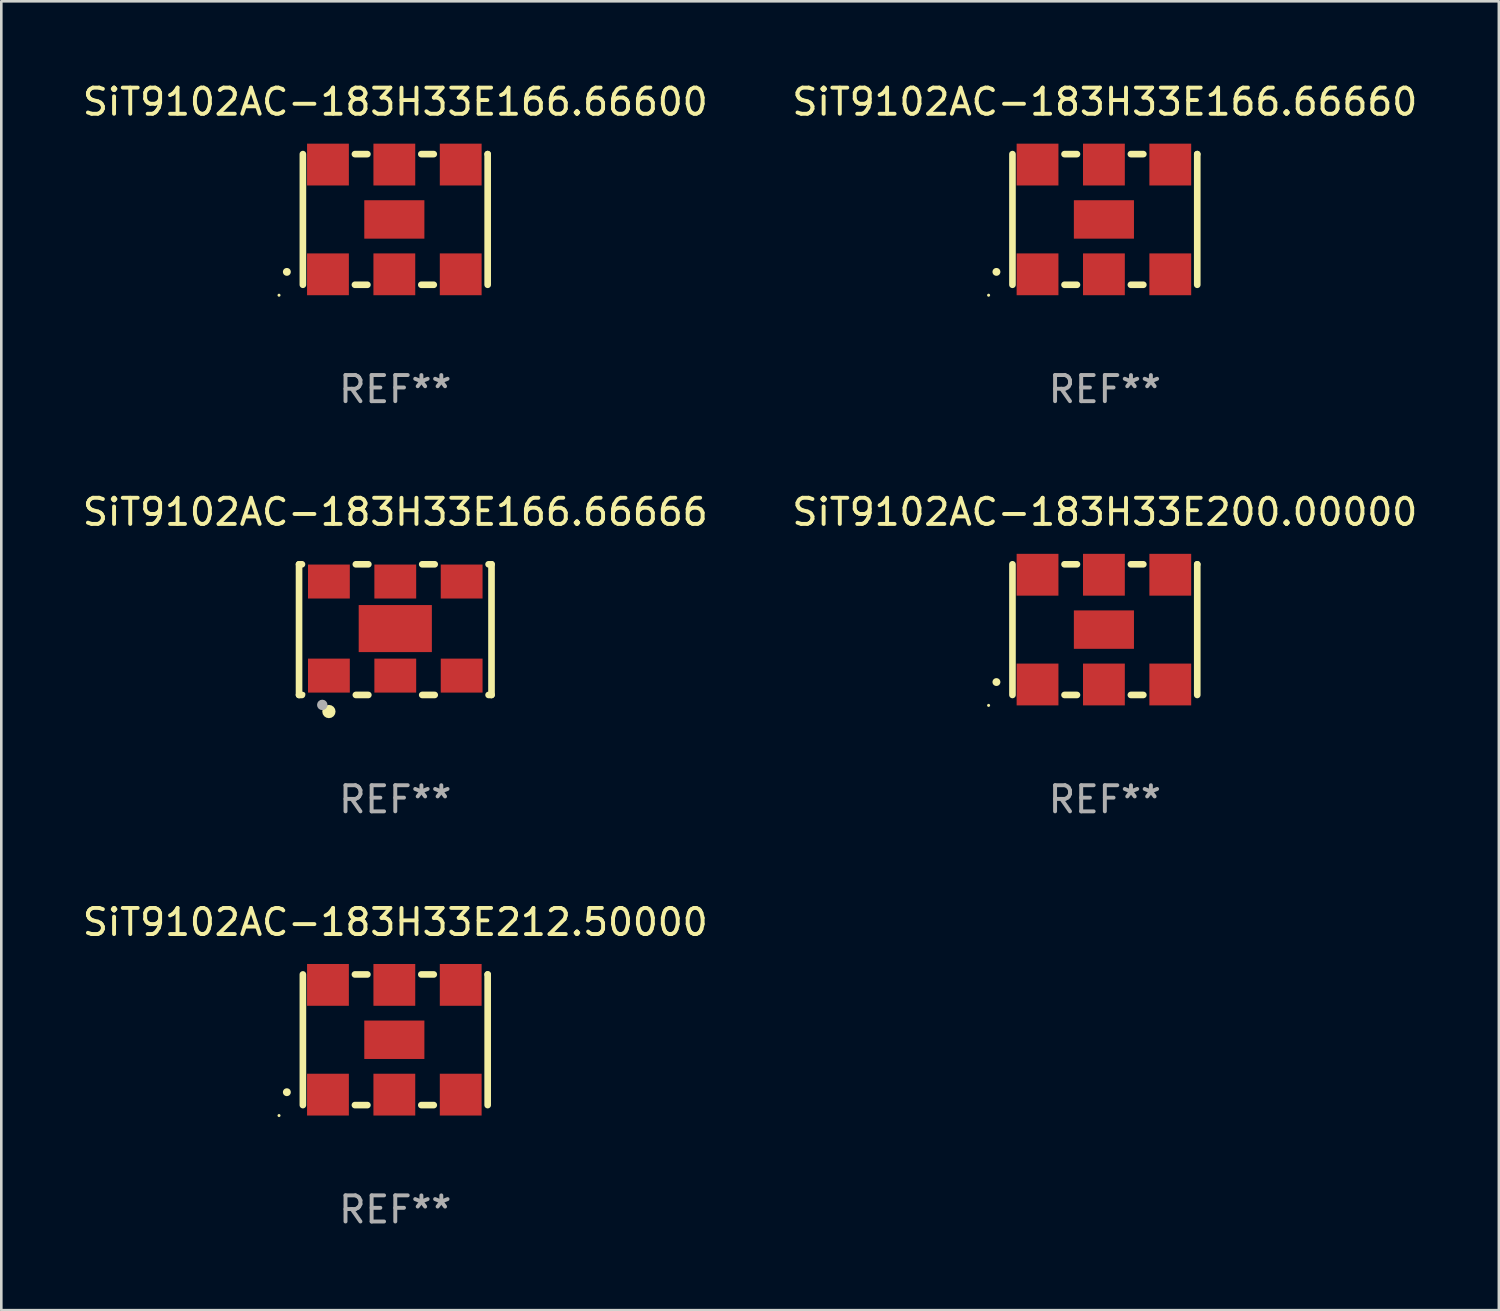
<source format=kicad_pcb>
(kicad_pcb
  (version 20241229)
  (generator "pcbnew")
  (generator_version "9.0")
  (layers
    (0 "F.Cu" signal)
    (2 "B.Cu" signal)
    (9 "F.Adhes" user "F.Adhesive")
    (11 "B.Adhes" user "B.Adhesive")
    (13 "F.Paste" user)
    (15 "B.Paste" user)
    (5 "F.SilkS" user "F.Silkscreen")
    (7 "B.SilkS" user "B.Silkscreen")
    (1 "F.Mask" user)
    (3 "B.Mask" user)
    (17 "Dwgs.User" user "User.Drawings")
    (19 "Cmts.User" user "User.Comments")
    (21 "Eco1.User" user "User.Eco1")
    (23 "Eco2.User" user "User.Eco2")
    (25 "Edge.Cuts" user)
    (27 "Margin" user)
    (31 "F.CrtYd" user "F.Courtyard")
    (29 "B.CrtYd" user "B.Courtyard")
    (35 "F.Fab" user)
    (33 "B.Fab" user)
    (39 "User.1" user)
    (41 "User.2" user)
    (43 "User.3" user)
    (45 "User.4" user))
  (footprint "SiT9102AC-183H33E166.66660"
    (layer "F.Cu")
    (at 39.232 5.348)
    (property "Reference" "SiT9102AC-183H33E166.66660" (at 0 -4.5 0) (layer "F.SilkS") (effects (font (size 1 1) (thickness 0.15))))
    (attr through_hole)
    (fp_line (start -3.536 -2.5) (end -3.536 2.5) (stroke (width 0.254) (type solid)) (layer "F.SilkS"))
    (fp_line (start -1.544 2.5) (end -1.067 2.5) (stroke (width 0.254) (type solid)) (layer "F.SilkS"))
    (fp_line (start -1.067 -2.5) (end -1.544 -2.5) (stroke (width 0.254) (type solid)) (layer "F.SilkS"))
    (fp_line (start 0.996 2.5) (end 1.473 2.5) (stroke (width 0.254) (type solid)) (layer "F.SilkS"))
    (fp_line (start 1.473 -2.5) (end 0.996 -2.5) (stroke (width 0.254) (type solid)) (layer "F.SilkS"))
    (fp_line (start 3.536 -2.5) (end 3.536 -2.5) (stroke (width 0.254) (type solid)) (layer "F.SilkS"))
    (fp_line (start 3.536 2.5) (end 3.536 -2.5) (stroke (width 0.254) (type solid)) (layer "F.SilkS"))
    (fp_arc (start -4.150432 2.006604) (mid -4.149162 2.006599) (end -4.147892 2.006604) (stroke (width 0.3) (type solid)) (layer "F.SilkS"))
    (fp_circle (center -4.449 2.9) (end -4.419 2.9) (stroke (width 0.06) (type solid)) (fill no) (layer "F.SilkS"))
    (fp_text user "REF**" (at 0 6.5 0) (layer "F.Fab") (effects (font (size 1 1) (thickness 0.15))))
    (pad "1" smd rect (at -2.576 2.1) (size 1.6 1.6) (layers "F.Cu" "F.Mask" "F.Paste"))
    (pad "2" smd rect (at -0.036 2.1) (size 1.6 1.6) (layers "F.Cu" "F.Mask" "F.Paste"))
    (pad "3" smd rect (at 2.504 2.1) (size 1.6 1.6) (layers "F.Cu" "F.Mask" "F.Paste"))
    (pad "4" smd rect (at 2.504 -2.1) (size 1.6 1.6) (layers "F.Cu" "F.Mask" "F.Paste"))
    (pad "5" smd rect (at -0.036 -2.1) (size 1.6 1.6) (layers "F.Cu" "F.Mask" "F.Paste"))
    (pad "6" smd rect (at -2.576 -2.1) (size 1.6 1.6) (layers "F.Cu" "F.Mask" "F.Paste"))
    (pad "7" smd rect (at -0.036 0) (size 2.3 1.47) (layers "F.Cu" "F.Mask" "F.Paste")))
  (footprint "SiT9102AC-183H33E212.50000"
    (layer "F.Cu")
    (at 12.077 36.741)
    (property "Reference" "SiT9102AC-183H33E212.50000" (at 0 -4.5 0) (layer "F.SilkS") (effects (font (size 1 1) (thickness 0.15))))
    (attr through_hole)
    (fp_line (start -3.536 -2.5) (end -3.536 2.5) (stroke (width 0.254) (type solid)) (layer "F.SilkS"))
    (fp_line (start -1.544 2.5) (end -1.067 2.5) (stroke (width 0.254) (type solid)) (layer "F.SilkS"))
    (fp_line (start -1.067 -2.5) (end -1.544 -2.5) (stroke (width 0.254) (type solid)) (layer "F.SilkS"))
    (fp_line (start 0.996 2.5) (end 1.473 2.5) (stroke (width 0.254) (type solid)) (layer "F.SilkS"))
    (fp_line (start 1.473 -2.5) (end 0.996 -2.5) (stroke (width 0.254) (type solid)) (layer "F.SilkS"))
    (fp_line (start 3.536 -2.5) (end 3.536 -2.5) (stroke (width 0.254) (type solid)) (layer "F.SilkS"))
    (fp_line (start 3.536 2.5) (end 3.536 -2.5) (stroke (width 0.254) (type solid)) (layer "F.SilkS"))
    (fp_arc (start -4.150432 2.006604) (mid -4.149162 2.006599) (end -4.147892 2.006604) (stroke (width 0.3) (type solid)) (layer "F.SilkS"))
    (fp_circle (center -4.449 2.9) (end -4.419 2.9) (stroke (width 0.06) (type solid)) (fill no) (layer "F.SilkS"))
    (fp_text user "REF**" (at 0 6.5 0) (layer "F.Fab") (effects (font (size 1 1) (thickness 0.15))))
    (pad "1" smd rect (at -2.576 2.1) (size 1.6 1.6) (layers "F.Cu" "F.Mask" "F.Paste"))
    (pad "2" smd rect (at -0.036 2.1) (size 1.6 1.6) (layers "F.Cu" "F.Mask" "F.Paste"))
    (pad "3" smd rect (at 2.504 2.1) (size 1.6 1.6) (layers "F.Cu" "F.Mask" "F.Paste"))
    (pad "4" smd rect (at 2.504 -2.1) (size 1.6 1.6) (layers "F.Cu" "F.Mask" "F.Paste"))
    (pad "5" smd rect (at -0.036 -2.1) (size 1.6 1.6) (layers "F.Cu" "F.Mask" "F.Paste"))
    (pad "6" smd rect (at -2.576 -2.1) (size 1.6 1.6) (layers "F.Cu" "F.Mask" "F.Paste"))
    (pad "7" smd rect (at -0.036 0) (size 2.3 1.47) (layers "F.Cu" "F.Mask" "F.Paste")))
  (footprint "SiT9102AC-183H33E166.66666"
    (layer "F.Cu")
    (at 12.077 21.045)
    (property "Reference" "SiT9102AC-183H33E166.66666" (at 0 -4.5 0) (layer "F.SilkS") (effects (font (size 1 1) (thickness 0.15))))
    (attr through_hole)
    (fp_line (start -3.683 -2.5) (end -3.571 -2.5) (stroke (width 0.254) (type solid)) (layer "F.SilkS"))
    (fp_line (start -3.683 2.5) (end -3.683 -2.5) (stroke (width 0.254) (type solid)) (layer "F.SilkS"))
    (fp_line (start -3.683 2.5) (end -3.571 2.5) (stroke (width 0.254) (type solid)) (layer "F.SilkS"))
    (fp_line (start -1.509 -2.5) (end -1.031 -2.5) (stroke (width 0.254) (type solid)) (layer "F.SilkS"))
    (fp_line (start -1.509 2.5) (end -1.031 2.5) (stroke (width 0.254) (type solid)) (layer "F.SilkS"))
    (fp_line (start 1.031 -2.5) (end 1.509 -2.5) (stroke (width 0.254) (type solid)) (layer "F.SilkS"))
    (fp_line (start 1.031 2.5) (end 1.509 2.5) (stroke (width 0.254) (type solid)) (layer "F.SilkS"))
    (fp_line (start 3.571 -2.5) (end 3.683 -2.5) (stroke (width 0.254) (type solid)) (layer "F.SilkS"))
    (fp_line (start 3.571 2.5) (end 3.683 2.5) (stroke (width 0.254) (type solid)) (layer "F.SilkS"))
    (fp_line (start 3.683 2.5) (end 3.683 -2.5) (stroke (width 0.254) (type solid)) (layer "F.SilkS"))
    (fp_circle (center -3.5 2.46) (end -3.47 2.46) (stroke (width 0.06) (type solid)) (fill no) (layer "F.SilkS"))
    (fp_circle (center -2.54 3.135) (end -2.413 3.135) (stroke (width 0.254) (type solid)) (fill no) (layer "F.SilkS"))
    (fp_circle (center -2.794 2.881) (end -2.694 2.881) (stroke (width 0.2) (type solid)) (fill no) (layer "F.Fab"))
    (fp_text user "REF**" (at 0 6.5 0) (layer "F.Fab") (effects (font (size 1 1) (thickness 0.15))))
    (pad "1" smd rect (at -2.54 1.76) (size 1.6 1.3) (layers "F.Cu" "F.Mask" "F.Paste"))
    (pad "2" smd rect (at 0 1.76) (size 1.6 1.3) (layers "F.Cu" "F.Mask" "F.Paste"))
    (pad "3" smd rect (at 2.54 1.76) (size 1.6 1.3) (layers "F.Cu" "F.Mask" "F.Paste"))
    (pad "4" smd rect (at 2.54 -1.84) (size 1.6 1.3) (layers "F.Cu" "F.Mask" "F.Paste"))
    (pad "5" smd rect (at 0 -1.84) (size 1.6 1.3) (layers "F.Cu" "F.Mask" "F.Paste"))
    (pad "6" smd rect (at -2.54 -1.84) (size 1.6 1.3) (layers "F.Cu" "F.Mask" "F.Paste"))
    (pad "7" smd rect (at 0 -0.04) (size 2.8 1.8) (layers "F.Cu" "F.Mask" "F.Paste")))
  (footprint "SiT9102AC-183H33E200.00000"
    (layer "F.Cu")
    (at 39.232 21.045)
    (property "Reference" "SiT9102AC-183H33E200.00000" (at 0 -4.5 0) (layer "F.SilkS") (effects (font (size 1 1) (thickness 0.15))))
    (attr through_hole)
    (fp_line (start -3.536 -2.5) (end -3.536 2.5) (stroke (width 0.254) (type solid)) (layer "F.SilkS"))
    (fp_line (start -1.544 2.5) (end -1.067 2.5) (stroke (width 0.254) (type solid)) (layer "F.SilkS"))
    (fp_line (start -1.067 -2.5) (end -1.544 -2.5) (stroke (width 0.254) (type solid)) (layer "F.SilkS"))
    (fp_line (start 0.996 2.5) (end 1.473 2.5) (stroke (width 0.254) (type solid)) (layer "F.SilkS"))
    (fp_line (start 1.473 -2.5) (end 0.996 -2.5) (stroke (width 0.254) (type solid)) (layer "F.SilkS"))
    (fp_line (start 3.536 -2.5) (end 3.536 -2.5) (stroke (width 0.254) (type solid)) (layer "F.SilkS"))
    (fp_line (start 3.536 2.5) (end 3.536 -2.5) (stroke (width 0.254) (type solid)) (layer "F.SilkS"))
    (fp_arc (start -4.150432 2.006604) (mid -4.149162 2.006599) (end -4.147892 2.006604) (stroke (width 0.3) (type solid)) (layer "F.SilkS"))
    (fp_circle (center -4.449 2.9) (end -4.419 2.9) (stroke (width 0.06) (type solid)) (fill no) (layer "F.SilkS"))
    (fp_text user "REF**" (at 0 6.5 0) (layer "F.Fab") (effects (font (size 1 1) (thickness 0.15))))
    (pad "1" smd rect (at -2.576 2.1) (size 1.6 1.6) (layers "F.Cu" "F.Mask" "F.Paste"))
    (pad "2" smd rect (at -0.036 2.1) (size 1.6 1.6) (layers "F.Cu" "F.Mask" "F.Paste"))
    (pad "3" smd rect (at 2.504 2.1) (size 1.6 1.6) (layers "F.Cu" "F.Mask" "F.Paste"))
    (pad "4" smd rect (at 2.504 -2.1) (size 1.6 1.6) (layers "F.Cu" "F.Mask" "F.Paste"))
    (pad "5" smd rect (at -0.036 -2.1) (size 1.6 1.6) (layers "F.Cu" "F.Mask" "F.Paste"))
    (pad "6" smd rect (at -2.576 -2.1) (size 1.6 1.6) (layers "F.Cu" "F.Mask" "F.Paste"))
    (pad "7" smd rect (at -0.036 0) (size 2.3 1.47) (layers "F.Cu" "F.Mask" "F.Paste")))
  (footprint "SiT9102AC-183H33E166.66600"
    (layer "F.Cu")
    (at 12.077 5.348)
    (property "Reference" "SiT9102AC-183H33E166.66600" (at 0 -4.5 0) (layer "F.SilkS") (effects (font (size 1 1) (thickness 0.15))))
    (attr through_hole)
    (fp_line (start -3.536 -2.5) (end -3.536 2.5) (stroke (width 0.254) (type solid)) (layer "F.SilkS"))
    (fp_line (start -1.544 2.5) (end -1.067 2.5) (stroke (width 0.254) (type solid)) (layer "F.SilkS"))
    (fp_line (start -1.067 -2.5) (end -1.544 -2.5) (stroke (width 0.254) (type solid)) (layer "F.SilkS"))
    (fp_line (start 0.996 2.5) (end 1.473 2.5) (stroke (width 0.254) (type solid)) (layer "F.SilkS"))
    (fp_line (start 1.473 -2.5) (end 0.996 -2.5) (stroke (width 0.254) (type solid)) (layer "F.SilkS"))
    (fp_line (start 3.536 -2.5) (end 3.536 -2.5) (stroke (width 0.254) (type solid)) (layer "F.SilkS"))
    (fp_line (start 3.536 2.5) (end 3.536 -2.5) (stroke (width 0.254) (type solid)) (layer "F.SilkS"))
    (fp_arc (start -4.150432 2.006604) (mid -4.149162 2.006599) (end -4.147892 2.006604) (stroke (width 0.3) (type solid)) (layer "F.SilkS"))
    (fp_circle (center -4.449 2.9) (end -4.419 2.9) (stroke (width 0.06) (type solid)) (fill no) (layer "F.SilkS"))
    (fp_text user "REF**" (at 0 6.5 0) (layer "F.Fab") (effects (font (size 1 1) (thickness 0.15))))
    (pad "1" smd rect (at -2.576 2.1) (size 1.6 1.6) (layers "F.Cu" "F.Mask" "F.Paste"))
    (pad "2" smd rect (at -0.036 2.1) (size 1.6 1.6) (layers "F.Cu" "F.Mask" "F.Paste"))
    (pad "3" smd rect (at 2.504 2.1) (size 1.6 1.6) (layers "F.Cu" "F.Mask" "F.Paste"))
    (pad "4" smd rect (at 2.504 -2.1) (size 1.6 1.6) (layers "F.Cu" "F.Mask" "F.Paste"))
    (pad "5" smd rect (at -0.036 -2.1) (size 1.6 1.6) (layers "F.Cu" "F.Mask" "F.Paste"))
    (pad "6" smd rect (at -2.576 -2.1) (size 1.6 1.6) (layers "F.Cu" "F.Mask" "F.Paste"))
    (pad "7" smd rect (at -0.036 0) (size 2.3 1.47) (layers "F.Cu" "F.Mask" "F.Paste")))
  (gr_rect
    (start -3 -3)
    (end 54.31 47.09)
    (stroke (width 0.1) (type default))
    (fill no)
    (layer "Edge.Cuts")))
</source>
